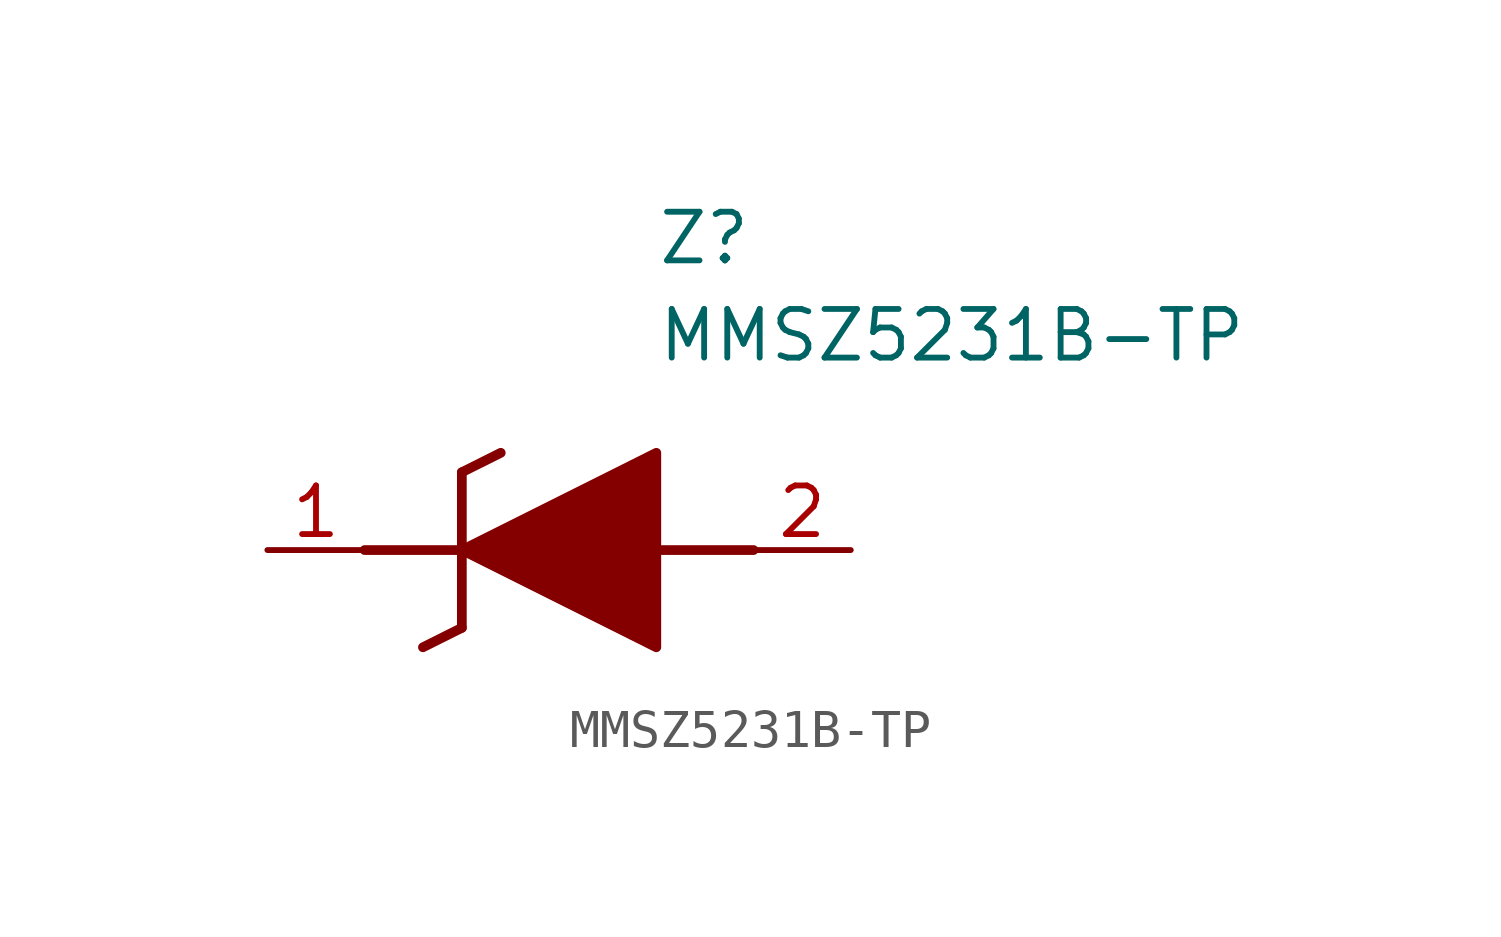
<source format=kicad_sym>
(kicad_symbol_lib
  (version 20211014)
  (generator SamacSys_ECAD_Model)
  (symbol "MMSZ5231B-TP"
    (pin_names hide)
    (property "Reference" "Z"
      (at 10.16 8.89 0)
      (effects (font (size 1.27 1.27)) (justify left top)))
    (property "Value" "MMSZ5231B-TP"
      (at 10.16 6.35 0)
      (effects (font (size 1.27 1.27)) (justify left top)))
    (polyline
      (pts (xy 5.08 2.032) (xy 5.08 -2.032))
      (stroke (width 0.254) (type default))
      (fill (type none)))
    (polyline
      (pts (xy 5.08 2.032) (xy 6.096 2.54))
      (stroke (width 0.254) (type default))
      (fill (type none)))
    (polyline
      (pts (xy 4.064 -2.54) (xy 5.08 -2.032))
      (stroke (width 0.254) (type default))
      (fill (type none)))
    (polyline
      (pts (xy 2.54 0) (xy 5.08 0))
      (stroke (width 0.254) (type default))
      (fill (type none)))
    (polyline
      (pts (xy 12.7 0) (xy 10.16 0))
      (stroke (width 0.254) (type default))
      (fill (type none)))
    (polyline
      (pts (xy 5.08 0) (xy 10.16 2.54) (xy 10.16 -2.54) (xy 5.08 0))
      (stroke (width 0.254) (type default))
      (fill (type outline)))
    (pin passive line
      (at 0 0 0)
      (length 2.54)
      (name "K" (effects (font (size 1.27 1.27))))
      (number "1" (effects (font (size 1.27 1.27)))))
    (pin passive line
      (at 15.24 0 180)
      (length 2.54)
      (name "A" (effects (font (size 1.27 1.27))))
      (number "2" (effects (font (size 1.27 1.27)))))))
</source>
